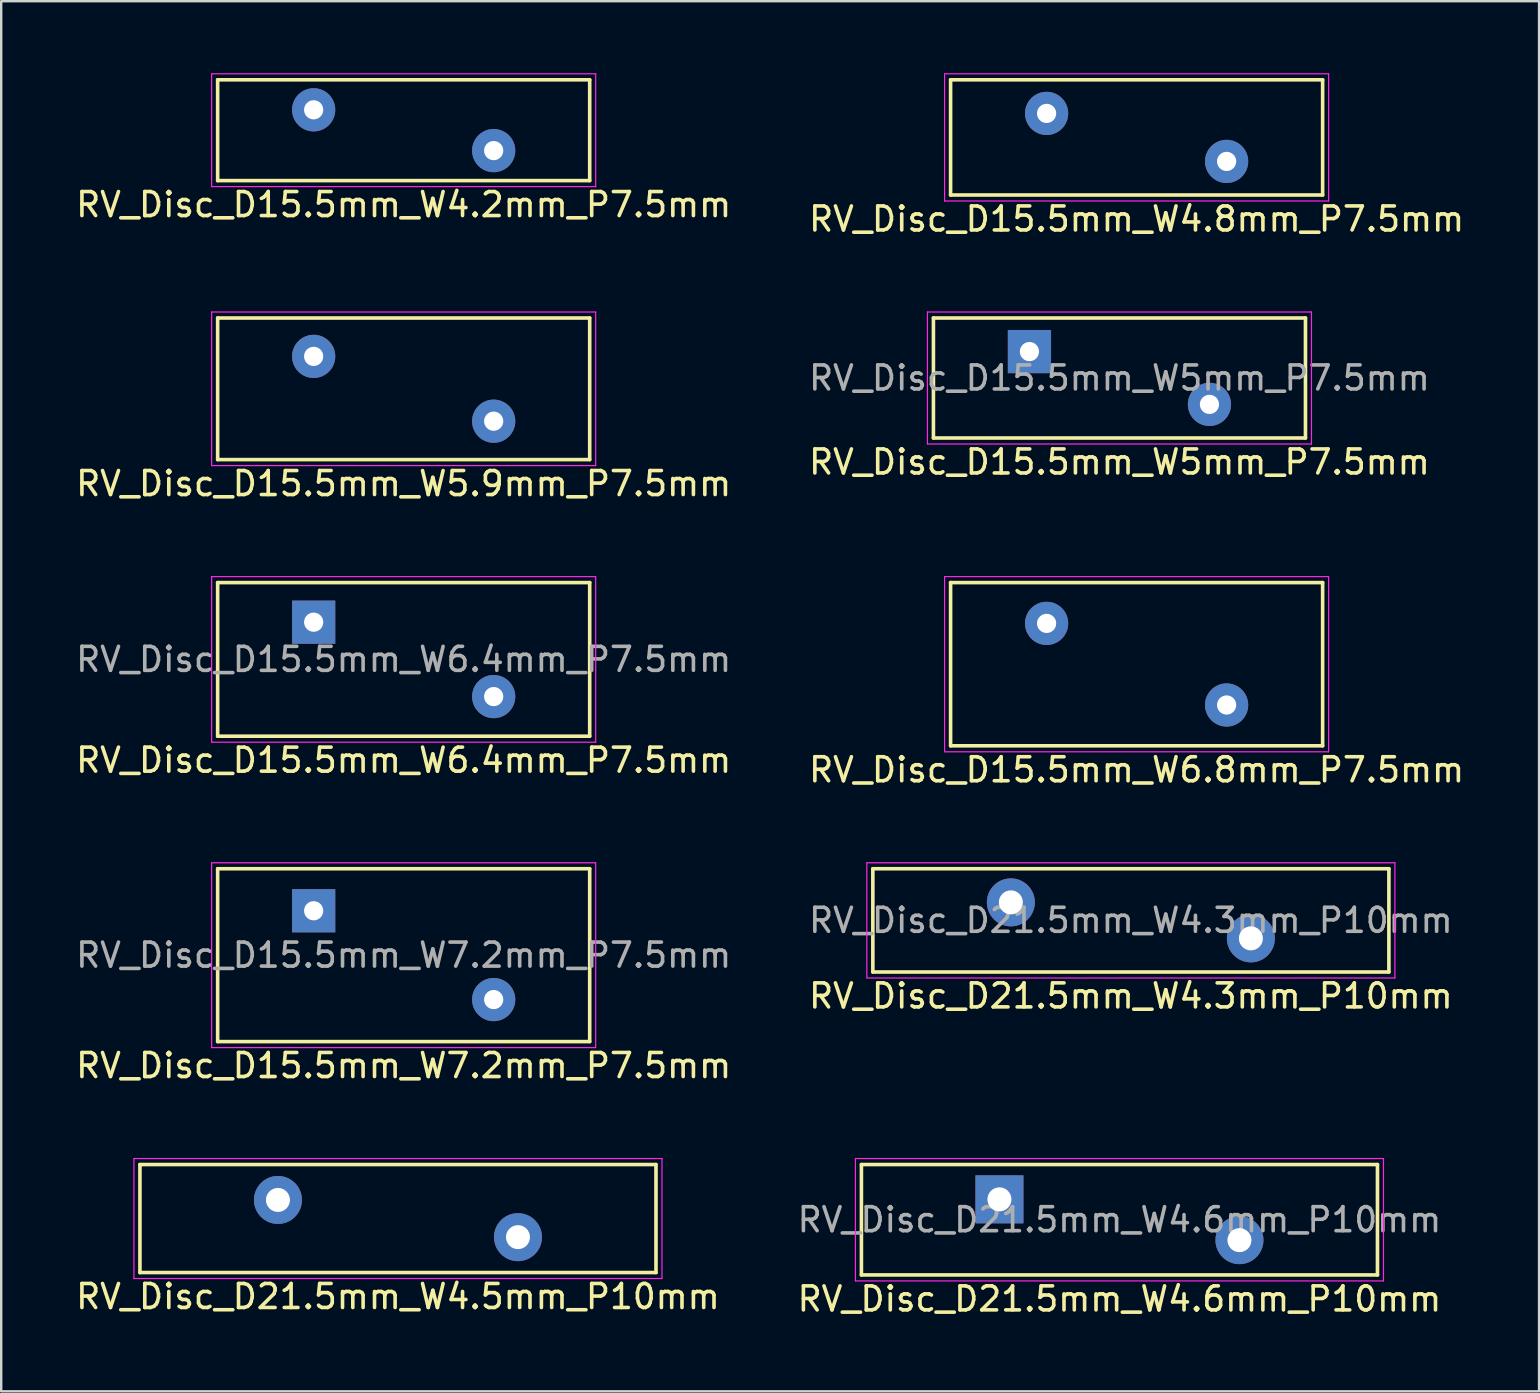
<source format=kicad_pcb>
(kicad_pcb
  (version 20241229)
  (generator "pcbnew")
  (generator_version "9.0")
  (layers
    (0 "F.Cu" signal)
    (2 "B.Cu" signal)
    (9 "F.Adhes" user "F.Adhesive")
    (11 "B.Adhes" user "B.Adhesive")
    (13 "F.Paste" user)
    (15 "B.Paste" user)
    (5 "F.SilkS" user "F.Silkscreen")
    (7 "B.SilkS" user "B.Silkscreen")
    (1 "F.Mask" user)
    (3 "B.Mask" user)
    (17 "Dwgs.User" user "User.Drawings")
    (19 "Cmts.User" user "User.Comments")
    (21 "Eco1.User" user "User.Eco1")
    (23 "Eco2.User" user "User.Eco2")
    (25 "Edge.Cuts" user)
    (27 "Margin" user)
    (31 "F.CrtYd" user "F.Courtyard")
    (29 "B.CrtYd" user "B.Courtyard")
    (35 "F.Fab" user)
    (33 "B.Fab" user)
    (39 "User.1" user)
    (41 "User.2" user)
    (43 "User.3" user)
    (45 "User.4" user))
  (footprint "RV_Disc_D15.5mm_W5mm_P7.5mm"
    (layer "F.Cu")
    (at 39.839 11.598)
    (property "Reference" "RV_Disc_D15.5mm_W5mm_P7.5mm" (at 3.75 4.6 0) (layer "F.SilkS") (effects (font (size 1 1) (thickness 0.15))))
    (attr through_hole)
    (fp_line (start -4 -1.4) (end -4 3.6) (stroke (width 0.15) (type solid)) (layer "F.SilkS"))
    (fp_line (start -4 -1.4) (end 11.5 -1.4) (stroke (width 0.15) (type solid)) (layer "F.SilkS"))
    (fp_line (start -4 3.6) (end 11.5 3.6) (stroke (width 0.15) (type solid)) (layer "F.SilkS"))
    (fp_line (start 11.5 -1.4) (end 11.5 3.6) (stroke (width 0.15) (type solid)) (layer "F.SilkS"))
    (fp_line (start -4.25 -1.65) (end -4.25 3.85) (stroke (width 0.05) (type solid)) (layer "F.CrtYd"))
    (fp_line (start -4.25 -1.65) (end 11.75 -1.65) (stroke (width 0.05) (type solid)) (layer "F.CrtYd"))
    (fp_line (start -4.25 3.85) (end 11.75 3.85) (stroke (width 0.05) (type solid)) (layer "F.CrtYd"))
    (fp_line (start 11.75 -1.65) (end 11.75 3.85) (stroke (width 0.05) (type solid)) (layer "F.CrtYd"))
    (fp_text user "${REFERENCE}" (at 3.75 1.1 0) (layer "F.Fab") (effects (font (size 1 1) (thickness 0.15))))
    (pad "1" thru_hole rect (at 0 0) (size 1.8 1.8) (drill 0.8) (layers "*.Cu" "*.Mask"))
    (pad "2" thru_hole circle (at 7.5 2.2) (size 1.8 1.8) (drill 0.8) (layers "*.Cu" "*.Mask")))
  (footprint "RV_Disc_D15.5mm_W5.9mm_P7.5mm"
    (layer "F.Cu")
    (at 10.018 11.798)
    (property "Reference" "RV_Disc_D15.5mm_W5.9mm_P7.5mm" (at 3.75 5.3 0) (layer "F.SilkS") (effects (font (size 1 1) (thickness 0.15))))
    (attr through_hole)
    (fp_line (start -4 -1.6) (end -4 4.3) (stroke (width 0.15) (type solid)) (layer "F.SilkS"))
    (fp_line (start -4 -1.6) (end 11.5 -1.6) (stroke (width 0.15) (type solid)) (layer "F.SilkS"))
    (fp_line (start -4 4.3) (end 11.5 4.3) (stroke (width 0.15) (type solid)) (layer "F.SilkS"))
    (fp_line (start 11.5 -1.6) (end 11.5 4.3) (stroke (width 0.15) (type solid)) (layer "F.SilkS"))
    (fp_line (start -4.25 -1.85) (end -4.25 4.55) (stroke (width 0.05) (type solid)) (layer "F.CrtYd"))
    (fp_line (start -4.25 -1.85) (end 11.75 -1.85) (stroke (width 0.05) (type solid)) (layer "F.CrtYd"))
    (fp_line (start -4.25 4.55) (end 11.75 4.55) (stroke (width 0.05) (type solid)) (layer "F.CrtYd"))
    (fp_line (start 11.75 -1.85) (end 11.75 4.55) (stroke (width 0.05) (type solid)) (layer "F.CrtYd"))
    (pad "1" thru_hole circle (at 0 0) (size 1.8 1.8) (drill 0.8) (layers "*.Cu" "*.Mask"))
    (pad "2" thru_hole circle (at 7.5 2.7) (size 1.8 1.8) (drill 0.8) (layers "*.Cu" "*.Mask")))
  (footprint "RV_Disc_D21.5mm_W4.3mm_P10mm"
    (layer "F.Cu")
    (at 39.065 34.545)
    (property "Reference" "RV_Disc_D21.5mm_W4.3mm_P10mm" (at 5 3.9 0) (layer "F.SilkS") (effects (font (size 1 1) (thickness 0.15))))
    (attr through_hole)
    (fp_line (start -5.75 -1.4) (end -5.75 2.9) (stroke (width 0.15) (type solid)) (layer "F.SilkS"))
    (fp_line (start -5.75 -1.4) (end 15.75 -1.4) (stroke (width 0.15) (type solid)) (layer "F.SilkS"))
    (fp_line (start -5.75 2.9) (end 15.75 2.9) (stroke (width 0.15) (type solid)) (layer "F.SilkS"))
    (fp_line (start 15.75 -1.4) (end 15.75 2.9) (stroke (width 0.15) (type solid)) (layer "F.SilkS"))
    (fp_line (start -6 -1.65) (end -6 3.15) (stroke (width 0.05) (type solid)) (layer "F.CrtYd"))
    (fp_line (start -6 -1.65) (end 16 -1.65) (stroke (width 0.05) (type solid)) (layer "F.CrtYd"))
    (fp_line (start -6 3.15) (end 16 3.15) (stroke (width 0.05) (type solid)) (layer "F.CrtYd"))
    (fp_line (start 16 -1.65) (end 16 3.15) (stroke (width 0.05) (type solid)) (layer "F.CrtYd"))
    (fp_text user "${REFERENCE}" (at 5 0.75 0) (layer "F.Fab") (effects (font (size 1 1) (thickness 0.15))))
    (pad "1" thru_hole circle (at 0 0) (size 2 2) (drill 1) (layers "*.Cu" "*.Mask"))
    (pad "2" thru_hole circle (at 10 1.5) (size 2 2) (drill 1) (layers "*.Cu" "*.Mask")))
  (footprint "RV_Disc_D15.5mm_W6.4mm_P7.5mm"
    (layer "F.Cu")
    (at 10.018 22.872)
    (property "Reference" "RV_Disc_D15.5mm_W6.4mm_P7.5mm" (at 3.75 5.75 0) (layer "F.SilkS") (effects (font (size 1 1) (thickness 0.15))))
    (attr through_hole)
    (fp_line (start -4 -1.65) (end -4 4.75) (stroke (width 0.15) (type solid)) (layer "F.SilkS"))
    (fp_line (start -4 -1.65) (end 11.5 -1.65) (stroke (width 0.15) (type solid)) (layer "F.SilkS"))
    (fp_line (start -4 4.75) (end 11.5 4.75) (stroke (width 0.15) (type solid)) (layer "F.SilkS"))
    (fp_line (start 11.5 -1.65) (end 11.5 4.75) (stroke (width 0.15) (type solid)) (layer "F.SilkS"))
    (fp_line (start -4.25 -1.9) (end -4.25 5) (stroke (width 0.05) (type solid)) (layer "F.CrtYd"))
    (fp_line (start -4.25 -1.9) (end 11.75 -1.9) (stroke (width 0.05) (type solid)) (layer "F.CrtYd"))
    (fp_line (start -4.25 5) (end 11.75 5) (stroke (width 0.05) (type solid)) (layer "F.CrtYd"))
    (fp_line (start 11.75 -1.9) (end 11.75 5) (stroke (width 0.05) (type solid)) (layer "F.CrtYd"))
    (fp_text user "${REFERENCE}" (at 3.75 1.55 0) (layer "F.Fab") (effects (font (size 1 1) (thickness 0.15))))
    (pad "1" thru_hole rect (at 0 0) (size 1.8 1.8) (drill 0.8) (layers "*.Cu" "*.Mask"))
    (pad "2" thru_hole circle (at 7.5 3.1) (size 1.8 1.8) (drill 0.8) (layers "*.Cu" "*.Mask")))
  (footprint "RV_Disc_D15.5mm_W4.2mm_P7.5mm"
    (layer "F.Cu")
    (at 10.018 1.525)
    (property "Reference" "RV_Disc_D15.5mm_W4.2mm_P7.5mm" (at 3.75 3.95 0) (layer "F.SilkS") (effects (font (size 1 1) (thickness 0.15))))
    (attr through_hole)
    (fp_line (start -4 -1.25) (end -4 2.95) (stroke (width 0.15) (type solid)) (layer "F.SilkS"))
    (fp_line (start -4 -1.25) (end 11.5 -1.25) (stroke (width 0.15) (type solid)) (layer "F.SilkS"))
    (fp_line (start -4 2.95) (end 11.5 2.95) (stroke (width 0.15) (type solid)) (layer "F.SilkS"))
    (fp_line (start 11.5 -1.25) (end 11.5 2.95) (stroke (width 0.15) (type solid)) (layer "F.SilkS"))
    (fp_line (start -4.25 -1.5) (end -4.25 3.2) (stroke (width 0.05) (type solid)) (layer "F.CrtYd"))
    (fp_line (start -4.25 -1.5) (end 11.75 -1.5) (stroke (width 0.05) (type solid)) (layer "F.CrtYd"))
    (fp_line (start -4.25 3.2) (end 11.75 3.2) (stroke (width 0.05) (type solid)) (layer "F.CrtYd"))
    (fp_line (start 11.75 -1.5) (end 11.75 3.2) (stroke (width 0.05) (type solid)) (layer "F.CrtYd"))
    (pad "1" thru_hole circle (at 0 0) (size 1.8 1.8) (drill 0.8) (layers "*.Cu" "*.Mask"))
    (pad "2" thru_hole circle (at 7.5 1.7) (size 1.8 1.8) (drill 0.8) (layers "*.Cu" "*.Mask")))
  (footprint "RV_Disc_D15.5mm_W4.8mm_P7.5mm"
    (layer "F.Cu")
    (at 40.554 1.675)
    (property "Reference" "RV_Disc_D15.5mm_W4.8mm_P7.5mm" (at 3.75 4.4 0) (layer "F.SilkS") (effects (font (size 1 1) (thickness 0.15))))
    (attr through_hole)
    (fp_line (start -4 -1.4) (end -4 3.4) (stroke (width 0.15) (type solid)) (layer "F.SilkS"))
    (fp_line (start -4 -1.4) (end 11.5 -1.4) (stroke (width 0.15) (type solid)) (layer "F.SilkS"))
    (fp_line (start -4 3.4) (end 11.5 3.4) (stroke (width 0.15) (type solid)) (layer "F.SilkS"))
    (fp_line (start 11.5 -1.4) (end 11.5 3.4) (stroke (width 0.15) (type solid)) (layer "F.SilkS"))
    (fp_line (start -4.25 -1.65) (end -4.25 3.65) (stroke (width 0.05) (type solid)) (layer "F.CrtYd"))
    (fp_line (start -4.25 -1.65) (end 11.75 -1.65) (stroke (width 0.05) (type solid)) (layer "F.CrtYd"))
    (fp_line (start -4.25 3.65) (end 11.75 3.65) (stroke (width 0.05) (type solid)) (layer "F.CrtYd"))
    (fp_line (start 11.75 -1.65) (end 11.75 3.65) (stroke (width 0.05) (type solid)) (layer "F.CrtYd"))
    (pad "1" thru_hole circle (at 0 0) (size 1.8 1.8) (drill 0.8) (layers "*.Cu" "*.Mask"))
    (pad "2" thru_hole circle (at 7.5 2) (size 1.8 1.8) (drill 0.8) (layers "*.Cu" "*.Mask")))
  (footprint "RV_Disc_D15.5mm_W7.2mm_P7.5mm"
    (layer "F.Cu")
    (at 10.018 34.895)
    (property "Reference" "RV_Disc_D15.5mm_W7.2mm_P7.5mm" (at 3.75 6.45 0) (layer "F.SilkS") (effects (font (size 1 1) (thickness 0.15))))
    (attr through_hole)
    (fp_line (start -4 -1.75) (end -4 5.45) (stroke (width 0.15) (type solid)) (layer "F.SilkS"))
    (fp_line (start -4 -1.75) (end 11.5 -1.75) (stroke (width 0.15) (type solid)) (layer "F.SilkS"))
    (fp_line (start -4 5.45) (end 11.5 5.45) (stroke (width 0.15) (type solid)) (layer "F.SilkS"))
    (fp_line (start 11.5 -1.75) (end 11.5 5.45) (stroke (width 0.15) (type solid)) (layer "F.SilkS"))
    (fp_line (start -4.25 -2) (end -4.25 5.7) (stroke (width 0.05) (type solid)) (layer "F.CrtYd"))
    (fp_line (start -4.25 -2) (end 11.75 -2) (stroke (width 0.05) (type solid)) (layer "F.CrtYd"))
    (fp_line (start -4.25 5.7) (end 11.75 5.7) (stroke (width 0.05) (type solid)) (layer "F.CrtYd"))
    (fp_line (start 11.75 -2) (end 11.75 5.7) (stroke (width 0.05) (type solid)) (layer "F.CrtYd"))
    (fp_text user "${REFERENCE}" (at 3.75 1.85 0) (layer "F.Fab") (effects (font (size 1 1) (thickness 0.15))))
    (pad "1" thru_hole rect (at 0 0) (size 1.8 1.8) (drill 0.8) (layers "*.Cu" "*.Mask"))
    (pad "2" thru_hole circle (at 7.5 3.7) (size 1.8 1.8) (drill 0.8) (layers "*.Cu" "*.Mask")))
  (footprint "RV_Disc_D21.5mm_W4.6mm_P10mm"
    (layer "F.Cu")
    (at 38.589 46.918)
    (property "Reference" "RV_Disc_D21.5mm_W4.6mm_P10mm" (at 5 4.15 0) (layer "F.SilkS") (effects (font (size 1 1) (thickness 0.15))))
    (attr through_hole)
    (fp_line (start -5.75 -1.45) (end -5.75 3.15) (stroke (width 0.15) (type solid)) (layer "F.SilkS"))
    (fp_line (start -5.75 -1.45) (end 15.75 -1.45) (stroke (width 0.15) (type solid)) (layer "F.SilkS"))
    (fp_line (start -5.75 3.15) (end 15.75 3.15) (stroke (width 0.15) (type solid)) (layer "F.SilkS"))
    (fp_line (start 15.75 -1.45) (end 15.75 3.15) (stroke (width 0.15) (type solid)) (layer "F.SilkS"))
    (fp_line (start -6 -1.7) (end -6 3.4) (stroke (width 0.05) (type solid)) (layer "F.CrtYd"))
    (fp_line (start -6 -1.7) (end 16 -1.7) (stroke (width 0.05) (type solid)) (layer "F.CrtYd"))
    (fp_line (start -6 3.4) (end 16 3.4) (stroke (width 0.05) (type solid)) (layer "F.CrtYd"))
    (fp_line (start 16 -1.7) (end 16 3.4) (stroke (width 0.05) (type solid)) (layer "F.CrtYd"))
    (fp_text user "${REFERENCE}" (at 5 0.85 0) (layer "F.Fab") (effects (font (size 1 1) (thickness 0.15))))
    (pad "1" thru_hole rect (at 0 0) (size 2 2) (drill 1) (layers "*.Cu" "*.Mask"))
    (pad "2" thru_hole circle (at 10 1.7) (size 2 2) (drill 1) (layers "*.Cu" "*.Mask")))
  (footprint "RV_Disc_D21.5mm_W4.5mm_P10mm"
    (layer "F.Cu")
    (at 8.53 46.943)
    (property "Reference" "RV_Disc_D21.5mm_W4.5mm_P10mm" (at 5 4.025 0) (layer "F.SilkS") (effects (font (size 1 1) (thickness 0.15))))
    (attr through_hole)
    (fp_line (start -5.75 -1.475) (end -5.75 3.025) (stroke (width 0.15) (type solid)) (layer "F.SilkS"))
    (fp_line (start -5.75 -1.475) (end 15.75 -1.475) (stroke (width 0.15) (type solid)) (layer "F.SilkS"))
    (fp_line (start -5.75 3.025) (end 15.75 3.025) (stroke (width 0.15) (type solid)) (layer "F.SilkS"))
    (fp_line (start 15.75 -1.475) (end 15.75 3.025) (stroke (width 0.15) (type solid)) (layer "F.SilkS"))
    (fp_line (start -6 -1.725) (end -6 3.275) (stroke (width 0.05) (type solid)) (layer "F.CrtYd"))
    (fp_line (start -6 -1.725) (end 16 -1.725) (stroke (width 0.05) (type solid)) (layer "F.CrtYd"))
    (fp_line (start -6 3.275) (end 16 3.275) (stroke (width 0.05) (type solid)) (layer "F.CrtYd"))
    (fp_line (start 16 -1.725) (end 16 3.275) (stroke (width 0.05) (type solid)) (layer "F.CrtYd"))
    (pad "1" thru_hole circle (at 0 0) (size 2 2) (drill 1) (layers "*.Cu" "*.Mask"))
    (pad "2" thru_hole circle (at 10 1.55) (size 2 2) (drill 1) (layers "*.Cu" "*.Mask")))
  (footprint "RV_Disc_D15.5mm_W6.8mm_P7.5mm"
    (layer "F.Cu")
    (at 40.554 22.922)
    (property "Reference" "RV_Disc_D15.5mm_W6.8mm_P7.5mm" (at 3.75 6.1 0) (layer "F.SilkS") (effects (font (size 1 1) (thickness 0.15))))
    (attr through_hole)
    (fp_line (start -4 -1.7) (end -4 5.1) (stroke (width 0.15) (type solid)) (layer "F.SilkS"))
    (fp_line (start -4 -1.7) (end 11.5 -1.7) (stroke (width 0.15) (type solid)) (layer "F.SilkS"))
    (fp_line (start -4 5.1) (end 11.5 5.1) (stroke (width 0.15) (type solid)) (layer "F.SilkS"))
    (fp_line (start 11.5 -1.7) (end 11.5 5.1) (stroke (width 0.15) (type solid)) (layer "F.SilkS"))
    (fp_line (start -4.25 -1.95) (end -4.25 5.35) (stroke (width 0.05) (type solid)) (layer "F.CrtYd"))
    (fp_line (start -4.25 -1.95) (end 11.75 -1.95) (stroke (width 0.05) (type solid)) (layer "F.CrtYd"))
    (fp_line (start -4.25 5.35) (end 11.75 5.35) (stroke (width 0.05) (type solid)) (layer "F.CrtYd"))
    (fp_line (start 11.75 -1.95) (end 11.75 5.35) (stroke (width 0.05) (type solid)) (layer "F.CrtYd"))
    (pad "1" thru_hole circle (at 0 0) (size 1.8 1.8) (drill 0.8) (layers "*.Cu" "*.Mask"))
    (pad "2" thru_hole circle (at 7.5 3.4) (size 1.8 1.8) (drill 0.8) (layers "*.Cu" "*.Mask")))
  (gr_rect
    (start -3 -3)
    (end 61.071 54.916)
    (stroke (width 0.1) (type default))
    (fill no)
    (layer "Edge.Cuts")))
</source>
